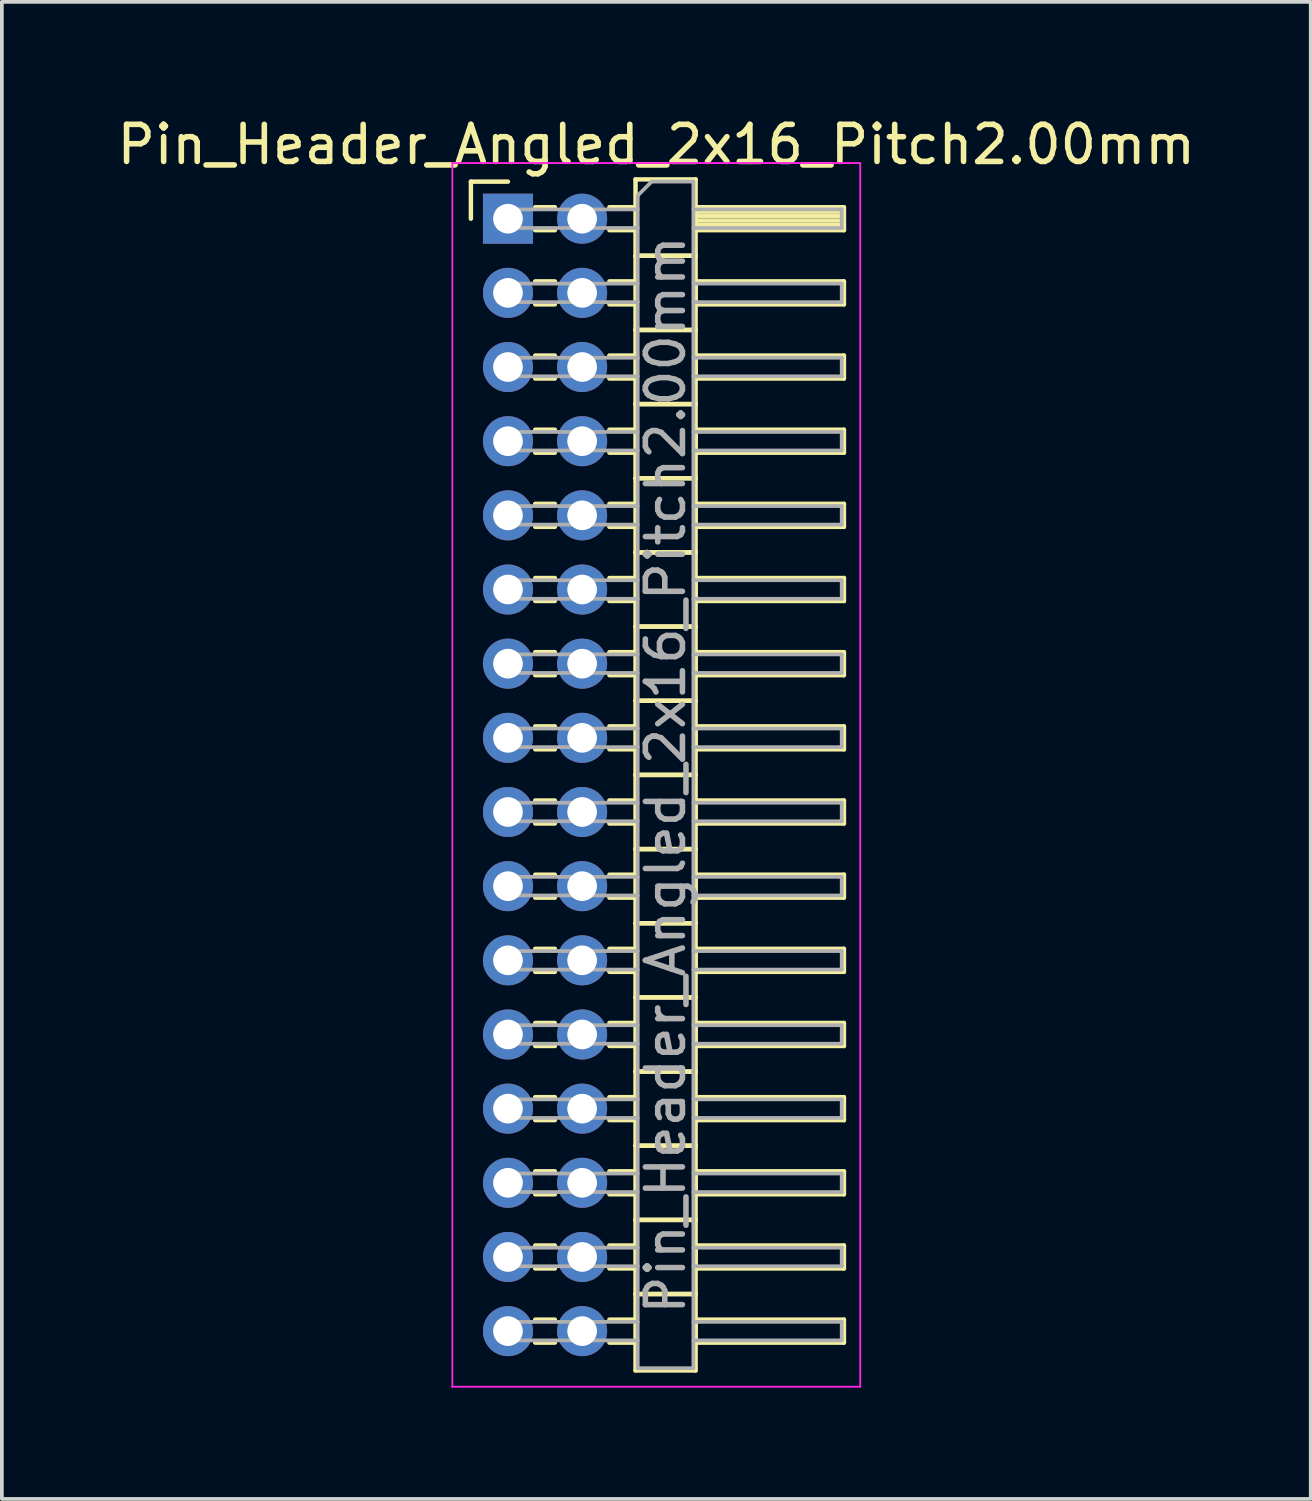
<source format=kicad_pcb>
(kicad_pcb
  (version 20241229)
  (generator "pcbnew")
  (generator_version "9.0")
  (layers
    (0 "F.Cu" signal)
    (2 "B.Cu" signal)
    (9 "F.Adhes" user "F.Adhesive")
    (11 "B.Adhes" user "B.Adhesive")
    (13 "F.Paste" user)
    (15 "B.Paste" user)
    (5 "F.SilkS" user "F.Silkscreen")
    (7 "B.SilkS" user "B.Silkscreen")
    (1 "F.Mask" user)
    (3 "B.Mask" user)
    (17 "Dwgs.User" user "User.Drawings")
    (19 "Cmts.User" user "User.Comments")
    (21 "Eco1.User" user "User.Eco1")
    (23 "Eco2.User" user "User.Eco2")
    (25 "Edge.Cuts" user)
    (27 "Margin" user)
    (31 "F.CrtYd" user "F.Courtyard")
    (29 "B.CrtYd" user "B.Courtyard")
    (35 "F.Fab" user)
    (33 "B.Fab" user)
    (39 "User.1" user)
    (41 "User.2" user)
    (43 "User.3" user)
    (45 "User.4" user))
  (footprint "Pin_Header_Angled_2x16_Pitch2.00mm"
    (layer "F.Cu")
    (at 10.649 2.848)
    (property "Reference" "Pin_Header_Angled_2x16_Pitch2.00mm" (at 4 -2 0) (layer "F.SilkS") (effects (font (size 1 1) (thickness 0.15))))
    (attr through_hole)
    (fp_line (start -1 -1) (end 0 -1) (stroke (width 0.12) (type solid)) (layer "F.SilkS"))
    (fp_line (start -1 0) (end -1 -1) (stroke (width 0.12) (type solid)) (layer "F.SilkS"))
    (fp_line (start 0.735 -0.31) (end 1.265 -0.31) (stroke (width 0.12) (type solid)) (layer "F.SilkS"))
    (fp_line (start 0.735 0.31) (end 1.265 0.31) (stroke (width 0.12) (type solid)) (layer "F.SilkS"))
    (fp_line (start 0.735 1.69) (end 1.265 1.69) (stroke (width 0.12) (type solid)) (layer "F.SilkS"))
    (fp_line (start 0.735 2.31) (end 1.265 2.31) (stroke (width 0.12) (type solid)) (layer "F.SilkS"))
    (fp_line (start 0.735 3.69) (end 1.265 3.69) (stroke (width 0.12) (type solid)) (layer "F.SilkS"))
    (fp_line (start 0.735 4.31) (end 1.265 4.31) (stroke (width 0.12) (type solid)) (layer "F.SilkS"))
    (fp_line (start 0.735 5.69) (end 1.265 5.69) (stroke (width 0.12) (type solid)) (layer "F.SilkS"))
    (fp_line (start 0.735 6.31) (end 1.265 6.31) (stroke (width 0.12) (type solid)) (layer "F.SilkS"))
    (fp_line (start 0.735 7.69) (end 1.265 7.69) (stroke (width 0.12) (type solid)) (layer "F.SilkS"))
    (fp_line (start 0.735 8.31) (end 1.265 8.31) (stroke (width 0.12) (type solid)) (layer "F.SilkS"))
    (fp_line (start 0.735 9.69) (end 1.265 9.69) (stroke (width 0.12) (type solid)) (layer "F.SilkS"))
    (fp_line (start 0.735 10.31) (end 1.265 10.31) (stroke (width 0.12) (type solid)) (layer "F.SilkS"))
    (fp_line (start 0.735 11.69) (end 1.265 11.69) (stroke (width 0.12) (type solid)) (layer "F.SilkS"))
    (fp_line (start 0.735 12.31) (end 1.265 12.31) (stroke (width 0.12) (type solid)) (layer "F.SilkS"))
    (fp_line (start 0.735 13.69) (end 1.265 13.69) (stroke (width 0.12) (type solid)) (layer "F.SilkS"))
    (fp_line (start 0.735 14.31) (end 1.265 14.31) (stroke (width 0.12) (type solid)) (layer "F.SilkS"))
    (fp_line (start 0.735 15.69) (end 1.265 15.69) (stroke (width 0.12) (type solid)) (layer "F.SilkS"))
    (fp_line (start 0.735 16.31) (end 1.265 16.31) (stroke (width 0.12) (type solid)) (layer "F.SilkS"))
    (fp_line (start 0.735 17.69) (end 1.265 17.69) (stroke (width 0.12) (type solid)) (layer "F.SilkS"))
    (fp_line (start 0.735 18.31) (end 1.265 18.31) (stroke (width 0.12) (type solid)) (layer "F.SilkS"))
    (fp_line (start 0.735 19.69) (end 1.265 19.69) (stroke (width 0.12) (type solid)) (layer "F.SilkS"))
    (fp_line (start 0.735 20.31) (end 1.265 20.31) (stroke (width 0.12) (type solid)) (layer "F.SilkS"))
    (fp_line (start 0.735 21.69) (end 1.265 21.69) (stroke (width 0.12) (type solid)) (layer "F.SilkS"))
    (fp_line (start 0.735 22.31) (end 1.265 22.31) (stroke (width 0.12) (type solid)) (layer "F.SilkS"))
    (fp_line (start 0.735 23.69) (end 1.265 23.69) (stroke (width 0.12) (type solid)) (layer "F.SilkS"))
    (fp_line (start 0.735 24.31) (end 1.265 24.31) (stroke (width 0.12) (type solid)) (layer "F.SilkS"))
    (fp_line (start 0.735 25.69) (end 1.265 25.69) (stroke (width 0.12) (type solid)) (layer "F.SilkS"))
    (fp_line (start 0.735 26.31) (end 1.265 26.31) (stroke (width 0.12) (type solid)) (layer "F.SilkS"))
    (fp_line (start 0.735 27.69) (end 1.265 27.69) (stroke (width 0.12) (type solid)) (layer "F.SilkS"))
    (fp_line (start 0.735 28.31) (end 1.265 28.31) (stroke (width 0.12) (type solid)) (layer "F.SilkS"))
    (fp_line (start 0.735 29.69) (end 1.265 29.69) (stroke (width 0.12) (type solid)) (layer "F.SilkS"))
    (fp_line (start 0.735 30.31) (end 1.265 30.31) (stroke (width 0.12) (type solid)) (layer "F.SilkS"))
    (fp_line (start 2.735 -0.31) (end 3.44 -0.31) (stroke (width 0.12) (type solid)) (layer "F.SilkS"))
    (fp_line (start 2.735 0.31) (end 3.44 0.31) (stroke (width 0.12) (type solid)) (layer "F.SilkS"))
    (fp_line (start 2.735 1.69) (end 3.44 1.69) (stroke (width 0.12) (type solid)) (layer "F.SilkS"))
    (fp_line (start 2.735 2.31) (end 3.44 2.31) (stroke (width 0.12) (type solid)) (layer "F.SilkS"))
    (fp_line (start 2.735 3.69) (end 3.44 3.69) (stroke (width 0.12) (type solid)) (layer "F.SilkS"))
    (fp_line (start 2.735 4.31) (end 3.44 4.31) (stroke (width 0.12) (type solid)) (layer "F.SilkS"))
    (fp_line (start 2.735 5.69) (end 3.44 5.69) (stroke (width 0.12) (type solid)) (layer "F.SilkS"))
    (fp_line (start 2.735 6.31) (end 3.44 6.31) (stroke (width 0.12) (type solid)) (layer "F.SilkS"))
    (fp_line (start 2.735 7.69) (end 3.44 7.69) (stroke (width 0.12) (type solid)) (layer "F.SilkS"))
    (fp_line (start 2.735 8.31) (end 3.44 8.31) (stroke (width 0.12) (type solid)) (layer "F.SilkS"))
    (fp_line (start 2.735 9.69) (end 3.44 9.69) (stroke (width 0.12) (type solid)) (layer "F.SilkS"))
    (fp_line (start 2.735 10.31) (end 3.44 10.31) (stroke (width 0.12) (type solid)) (layer "F.SilkS"))
    (fp_line (start 2.735 11.69) (end 3.44 11.69) (stroke (width 0.12) (type solid)) (layer "F.SilkS"))
    (fp_line (start 2.735 12.31) (end 3.44 12.31) (stroke (width 0.12) (type solid)) (layer "F.SilkS"))
    (fp_line (start 2.735 13.69) (end 3.44 13.69) (stroke (width 0.12) (type solid)) (layer "F.SilkS"))
    (fp_line (start 2.735 14.31) (end 3.44 14.31) (stroke (width 0.12) (type solid)) (layer "F.SilkS"))
    (fp_line (start 2.735 15.69) (end 3.44 15.69) (stroke (width 0.12) (type solid)) (layer "F.SilkS"))
    (fp_line (start 2.735 16.31) (end 3.44 16.31) (stroke (width 0.12) (type solid)) (layer "F.SilkS"))
    (fp_line (start 2.735 17.69) (end 3.44 17.69) (stroke (width 0.12) (type solid)) (layer "F.SilkS"))
    (fp_line (start 2.735 18.31) (end 3.44 18.31) (stroke (width 0.12) (type solid)) (layer "F.SilkS"))
    (fp_line (start 2.735 19.69) (end 3.44 19.69) (stroke (width 0.12) (type solid)) (layer "F.SilkS"))
    (fp_line (start 2.735 20.31) (end 3.44 20.31) (stroke (width 0.12) (type solid)) (layer "F.SilkS"))
    (fp_line (start 2.735 21.69) (end 3.44 21.69) (stroke (width 0.12) (type solid)) (layer "F.SilkS"))
    (fp_line (start 2.735 22.31) (end 3.44 22.31) (stroke (width 0.12) (type solid)) (layer "F.SilkS"))
    (fp_line (start 2.735 23.69) (end 3.44 23.69) (stroke (width 0.12) (type solid)) (layer "F.SilkS"))
    (fp_line (start 2.735 24.31) (end 3.44 24.31) (stroke (width 0.12) (type solid)) (layer "F.SilkS"))
    (fp_line (start 2.735 25.69) (end 3.44 25.69) (stroke (width 0.12) (type solid)) (layer "F.SilkS"))
    (fp_line (start 2.735 26.31) (end 3.44 26.31) (stroke (width 0.12) (type solid)) (layer "F.SilkS"))
    (fp_line (start 2.735 27.69) (end 3.44 27.69) (stroke (width 0.12) (type solid)) (layer "F.SilkS"))
    (fp_line (start 2.735 28.31) (end 3.44 28.31) (stroke (width 0.12) (type solid)) (layer "F.SilkS"))
    (fp_line (start 2.735 29.69) (end 3.44 29.69) (stroke (width 0.12) (type solid)) (layer "F.SilkS"))
    (fp_line (start 2.735 30.31) (end 3.44 30.31) (stroke (width 0.12) (type solid)) (layer "F.SilkS"))
    (fp_line (start 3.44 -1.06) (end 3.44 1) (stroke (width 0.12) (type solid)) (layer "F.SilkS"))
    (fp_line (start 3.44 1) (end 3.44 3) (stroke (width 0.12) (type solid)) (layer "F.SilkS"))
    (fp_line (start 3.44 1) (end 5.06 1) (stroke (width 0.12) (type solid)) (layer "F.SilkS"))
    (fp_line (start 3.44 3) (end 3.44 5) (stroke (width 0.12) (type solid)) (layer "F.SilkS"))
    (fp_line (start 3.44 3) (end 5.06 3) (stroke (width 0.12) (type solid)) (layer "F.SilkS"))
    (fp_line (start 3.44 5) (end 3.44 7) (stroke (width 0.12) (type solid)) (layer "F.SilkS"))
    (fp_line (start 3.44 5) (end 5.06 5) (stroke (width 0.12) (type solid)) (layer "F.SilkS"))
    (fp_line (start 3.44 7) (end 3.44 9) (stroke (width 0.12) (type solid)) (layer "F.SilkS"))
    (fp_line (start 3.44 7) (end 5.06 7) (stroke (width 0.12) (type solid)) (layer "F.SilkS"))
    (fp_line (start 3.44 9) (end 3.44 11) (stroke (width 0.12) (type solid)) (layer "F.SilkS"))
    (fp_line (start 3.44 9) (end 5.06 9) (stroke (width 0.12) (type solid)) (layer "F.SilkS"))
    (fp_line (start 3.44 11) (end 3.44 13) (stroke (width 0.12) (type solid)) (layer "F.SilkS"))
    (fp_line (start 3.44 11) (end 5.06 11) (stroke (width 0.12) (type solid)) (layer "F.SilkS"))
    (fp_line (start 3.44 13) (end 3.44 15) (stroke (width 0.12) (type solid)) (layer "F.SilkS"))
    (fp_line (start 3.44 13) (end 5.06 13) (stroke (width 0.12) (type solid)) (layer "F.SilkS"))
    (fp_line (start 3.44 15) (end 3.44 17) (stroke (width 0.12) (type solid)) (layer "F.SilkS"))
    (fp_line (start 3.44 15) (end 5.06 15) (stroke (width 0.12) (type solid)) (layer "F.SilkS"))
    (fp_line (start 3.44 17) (end 3.44 19) (stroke (width 0.12) (type solid)) (layer "F.SilkS"))
    (fp_line (start 3.44 17) (end 5.06 17) (stroke (width 0.12) (type solid)) (layer "F.SilkS"))
    (fp_line (start 3.44 19) (end 3.44 21) (stroke (width 0.12) (type solid)) (layer "F.SilkS"))
    (fp_line (start 3.44 19) (end 5.06 19) (stroke (width 0.12) (type solid)) (layer "F.SilkS"))
    (fp_line (start 3.44 21) (end 3.44 23) (stroke (width 0.12) (type solid)) (layer "F.SilkS"))
    (fp_line (start 3.44 21) (end 5.06 21) (stroke (width 0.12) (type solid)) (layer "F.SilkS"))
    (fp_line (start 3.44 23) (end 3.44 25) (stroke (width 0.12) (type solid)) (layer "F.SilkS"))
    (fp_line (start 3.44 23) (end 5.06 23) (stroke (width 0.12) (type solid)) (layer "F.SilkS"))
    (fp_line (start 3.44 25) (end 3.44 27) (stroke (width 0.12) (type solid)) (layer "F.SilkS"))
    (fp_line (start 3.44 25) (end 5.06 25) (stroke (width 0.12) (type solid)) (layer "F.SilkS"))
    (fp_line (start 3.44 27) (end 3.44 29) (stroke (width 0.12) (type solid)) (layer "F.SilkS"))
    (fp_line (start 3.44 27) (end 5.06 27) (stroke (width 0.12) (type solid)) (layer "F.SilkS"))
    (fp_line (start 3.44 29) (end 3.44 31.06) (stroke (width 0.12) (type solid)) (layer "F.SilkS"))
    (fp_line (start 3.44 29) (end 5.06 29) (stroke (width 0.12) (type solid)) (layer "F.SilkS"))
    (fp_line (start 3.44 31.06) (end 5.06 31.06) (stroke (width 0.12) (type solid)) (layer "F.SilkS"))
    (fp_line (start 5.06 -1.06) (end 3.44 -1.06) (stroke (width 0.12) (type solid)) (layer "F.SilkS"))
    (fp_line (start 5.06 -0.31) (end 5.06 0.31) (stroke (width 0.12) (type solid)) (layer "F.SilkS"))
    (fp_line (start 5.06 -0.19) (end 9.06 -0.19) (stroke (width 0.12) (type solid)) (layer "F.SilkS"))
    (fp_line (start 5.06 -0.07) (end 9.06 -0.07) (stroke (width 0.12) (type solid)) (layer "F.SilkS"))
    (fp_line (start 5.06 0.05) (end 9.06 0.05) (stroke (width 0.12) (type solid)) (layer "F.SilkS"))
    (fp_line (start 5.06 0.17) (end 9.06 0.17) (stroke (width 0.12) (type solid)) (layer "F.SilkS"))
    (fp_line (start 5.06 0.29) (end 9.06 0.29) (stroke (width 0.12) (type solid)) (layer "F.SilkS"))
    (fp_line (start 5.06 0.31) (end 9.06 0.31) (stroke (width 0.12) (type solid)) (layer "F.SilkS"))
    (fp_line (start 5.06 1) (end 3.44 1) (stroke (width 0.12) (type solid)) (layer "F.SilkS"))
    (fp_line (start 5.06 1) (end 5.06 -1.06) (stroke (width 0.12) (type solid)) (layer "F.SilkS"))
    (fp_line (start 5.06 1.69) (end 5.06 2.31) (stroke (width 0.12) (type solid)) (layer "F.SilkS"))
    (fp_line (start 5.06 2.31) (end 9.06 2.31) (stroke (width 0.12) (type solid)) (layer "F.SilkS"))
    (fp_line (start 5.06 3) (end 3.44 3) (stroke (width 0.12) (type solid)) (layer "F.SilkS"))
    (fp_line (start 5.06 3) (end 5.06 1) (stroke (width 0.12) (type solid)) (layer "F.SilkS"))
    (fp_line (start 5.06 3.69) (end 5.06 4.31) (stroke (width 0.12) (type solid)) (layer "F.SilkS"))
    (fp_line (start 5.06 4.31) (end 9.06 4.31) (stroke (width 0.12) (type solid)) (layer "F.SilkS"))
    (fp_line (start 5.06 5) (end 3.44 5) (stroke (width 0.12) (type solid)) (layer "F.SilkS"))
    (fp_line (start 5.06 5) (end 5.06 3) (stroke (width 0.12) (type solid)) (layer "F.SilkS"))
    (fp_line (start 5.06 5.69) (end 5.06 6.31) (stroke (width 0.12) (type solid)) (layer "F.SilkS"))
    (fp_line (start 5.06 6.31) (end 9.06 6.31) (stroke (width 0.12) (type solid)) (layer "F.SilkS"))
    (fp_line (start 5.06 7) (end 3.44 7) (stroke (width 0.12) (type solid)) (layer "F.SilkS"))
    (fp_line (start 5.06 7) (end 5.06 5) (stroke (width 0.12) (type solid)) (layer "F.SilkS"))
    (fp_line (start 5.06 7.69) (end 5.06 8.31) (stroke (width 0.12) (type solid)) (layer "F.SilkS"))
    (fp_line (start 5.06 8.31) (end 9.06 8.31) (stroke (width 0.12) (type solid)) (layer "F.SilkS"))
    (fp_line (start 5.06 9) (end 3.44 9) (stroke (width 0.12) (type solid)) (layer "F.SilkS"))
    (fp_line (start 5.06 9) (end 5.06 7) (stroke (width 0.12) (type solid)) (layer "F.SilkS"))
    (fp_line (start 5.06 9.69) (end 5.06 10.31) (stroke (width 0.12) (type solid)) (layer "F.SilkS"))
    (fp_line (start 5.06 10.31) (end 9.06 10.31) (stroke (width 0.12) (type solid)) (layer "F.SilkS"))
    (fp_line (start 5.06 11) (end 3.44 11) (stroke (width 0.12) (type solid)) (layer "F.SilkS"))
    (fp_line (start 5.06 11) (end 5.06 9) (stroke (width 0.12) (type solid)) (layer "F.SilkS"))
    (fp_line (start 5.06 11.69) (end 5.06 12.31) (stroke (width 0.12) (type solid)) (layer "F.SilkS"))
    (fp_line (start 5.06 12.31) (end 9.06 12.31) (stroke (width 0.12) (type solid)) (layer "F.SilkS"))
    (fp_line (start 5.06 13) (end 3.44 13) (stroke (width 0.12) (type solid)) (layer "F.SilkS"))
    (fp_line (start 5.06 13) (end 5.06 11) (stroke (width 0.12) (type solid)) (layer "F.SilkS"))
    (fp_line (start 5.06 13.69) (end 5.06 14.31) (stroke (width 0.12) (type solid)) (layer "F.SilkS"))
    (fp_line (start 5.06 14.31) (end 9.06 14.31) (stroke (width 0.12) (type solid)) (layer "F.SilkS"))
    (fp_line (start 5.06 15) (end 3.44 15) (stroke (width 0.12) (type solid)) (layer "F.SilkS"))
    (fp_line (start 5.06 15) (end 5.06 13) (stroke (width 0.12) (type solid)) (layer "F.SilkS"))
    (fp_line (start 5.06 15.69) (end 5.06 16.31) (stroke (width 0.12) (type solid)) (layer "F.SilkS"))
    (fp_line (start 5.06 16.31) (end 9.06 16.31) (stroke (width 0.12) (type solid)) (layer "F.SilkS"))
    (fp_line (start 5.06 17) (end 3.44 17) (stroke (width 0.12) (type solid)) (layer "F.SilkS"))
    (fp_line (start 5.06 17) (end 5.06 15) (stroke (width 0.12) (type solid)) (layer "F.SilkS"))
    (fp_line (start 5.06 17.69) (end 5.06 18.31) (stroke (width 0.12) (type solid)) (layer "F.SilkS"))
    (fp_line (start 5.06 18.31) (end 9.06 18.31) (stroke (width 0.12) (type solid)) (layer "F.SilkS"))
    (fp_line (start 5.06 19) (end 3.44 19) (stroke (width 0.12) (type solid)) (layer "F.SilkS"))
    (fp_line (start 5.06 19) (end 5.06 17) (stroke (width 0.12) (type solid)) (layer "F.SilkS"))
    (fp_line (start 5.06 19.69) (end 5.06 20.31) (stroke (width 0.12) (type solid)) (layer "F.SilkS"))
    (fp_line (start 5.06 20.31) (end 9.06 20.31) (stroke (width 0.12) (type solid)) (layer "F.SilkS"))
    (fp_line (start 5.06 21) (end 3.44 21) (stroke (width 0.12) (type solid)) (layer "F.SilkS"))
    (fp_line (start 5.06 21) (end 5.06 19) (stroke (width 0.12) (type solid)) (layer "F.SilkS"))
    (fp_line (start 5.06 21.69) (end 5.06 22.31) (stroke (width 0.12) (type solid)) (layer "F.SilkS"))
    (fp_line (start 5.06 22.31) (end 9.06 22.31) (stroke (width 0.12) (type solid)) (layer "F.SilkS"))
    (fp_line (start 5.06 23) (end 3.44 23) (stroke (width 0.12) (type solid)) (layer "F.SilkS"))
    (fp_line (start 5.06 23) (end 5.06 21) (stroke (width 0.12) (type solid)) (layer "F.SilkS"))
    (fp_line (start 5.06 23.69) (end 5.06 24.31) (stroke (width 0.12) (type solid)) (layer "F.SilkS"))
    (fp_line (start 5.06 24.31) (end 9.06 24.31) (stroke (width 0.12) (type solid)) (layer "F.SilkS"))
    (fp_line (start 5.06 25) (end 3.44 25) (stroke (width 0.12) (type solid)) (layer "F.SilkS"))
    (fp_line (start 5.06 25) (end 5.06 23) (stroke (width 0.12) (type solid)) (layer "F.SilkS"))
    (fp_line (start 5.06 25.69) (end 5.06 26.31) (stroke (width 0.12) (type solid)) (layer "F.SilkS"))
    (fp_line (start 5.06 26.31) (end 9.06 26.31) (stroke (width 0.12) (type solid)) (layer "F.SilkS"))
    (fp_line (start 5.06 27) (end 3.44 27) (stroke (width 0.12) (type solid)) (layer "F.SilkS"))
    (fp_line (start 5.06 27) (end 5.06 25) (stroke (width 0.12) (type solid)) (layer "F.SilkS"))
    (fp_line (start 5.06 27.69) (end 5.06 28.31) (stroke (width 0.12) (type solid)) (layer "F.SilkS"))
    (fp_line (start 5.06 28.31) (end 9.06 28.31) (stroke (width 0.12) (type solid)) (layer "F.SilkS"))
    (fp_line (start 5.06 29) (end 3.44 29) (stroke (width 0.12) (type solid)) (layer "F.SilkS"))
    (fp_line (start 5.06 29) (end 5.06 27) (stroke (width 0.12) (type solid)) (layer "F.SilkS"))
    (fp_line (start 5.06 29.69) (end 5.06 30.31) (stroke (width 0.12) (type solid)) (layer "F.SilkS"))
    (fp_line (start 5.06 30.31) (end 9.06 30.31) (stroke (width 0.12) (type solid)) (layer "F.SilkS"))
    (fp_line (start 5.06 31.06) (end 5.06 29) (stroke (width 0.12) (type solid)) (layer "F.SilkS"))
    (fp_line (start 9.06 -0.31) (end 5.06 -0.31) (stroke (width 0.12) (type solid)) (layer "F.SilkS"))
    (fp_line (start 9.06 0.31) (end 9.06 -0.31) (stroke (width 0.12) (type solid)) (layer "F.SilkS"))
    (fp_line (start 9.06 1.69) (end 5.06 1.69) (stroke (width 0.12) (type solid)) (layer "F.SilkS"))
    (fp_line (start 9.06 2.31) (end 9.06 1.69) (stroke (width 0.12) (type solid)) (layer "F.SilkS"))
    (fp_line (start 9.06 3.69) (end 5.06 3.69) (stroke (width 0.12) (type solid)) (layer "F.SilkS"))
    (fp_line (start 9.06 4.31) (end 9.06 3.69) (stroke (width 0.12) (type solid)) (layer "F.SilkS"))
    (fp_line (start 9.06 5.69) (end 5.06 5.69) (stroke (width 0.12) (type solid)) (layer "F.SilkS"))
    (fp_line (start 9.06 6.31) (end 9.06 5.69) (stroke (width 0.12) (type solid)) (layer "F.SilkS"))
    (fp_line (start 9.06 7.69) (end 5.06 7.69) (stroke (width 0.12) (type solid)) (layer "F.SilkS"))
    (fp_line (start 9.06 8.31) (end 9.06 7.69) (stroke (width 0.12) (type solid)) (layer "F.SilkS"))
    (fp_line (start 9.06 9.69) (end 5.06 9.69) (stroke (width 0.12) (type solid)) (layer "F.SilkS"))
    (fp_line (start 9.06 10.31) (end 9.06 9.69) (stroke (width 0.12) (type solid)) (layer "F.SilkS"))
    (fp_line (start 9.06 11.69) (end 5.06 11.69) (stroke (width 0.12) (type solid)) (layer "F.SilkS"))
    (fp_line (start 9.06 12.31) (end 9.06 11.69) (stroke (width 0.12) (type solid)) (layer "F.SilkS"))
    (fp_line (start 9.06 13.69) (end 5.06 13.69) (stroke (width 0.12) (type solid)) (layer "F.SilkS"))
    (fp_line (start 9.06 14.31) (end 9.06 13.69) (stroke (width 0.12) (type solid)) (layer "F.SilkS"))
    (fp_line (start 9.06 15.69) (end 5.06 15.69) (stroke (width 0.12) (type solid)) (layer "F.SilkS"))
    (fp_line (start 9.06 16.31) (end 9.06 15.69) (stroke (width 0.12) (type solid)) (layer "F.SilkS"))
    (fp_line (start 9.06 17.69) (end 5.06 17.69) (stroke (width 0.12) (type solid)) (layer "F.SilkS"))
    (fp_line (start 9.06 18.31) (end 9.06 17.69) (stroke (width 0.12) (type solid)) (layer "F.SilkS"))
    (fp_line (start 9.06 19.69) (end 5.06 19.69) (stroke (width 0.12) (type solid)) (layer "F.SilkS"))
    (fp_line (start 9.06 20.31) (end 9.06 19.69) (stroke (width 0.12) (type solid)) (layer "F.SilkS"))
    (fp_line (start 9.06 21.69) (end 5.06 21.69) (stroke (width 0.12) (type solid)) (layer "F.SilkS"))
    (fp_line (start 9.06 22.31) (end 9.06 21.69) (stroke (width 0.12) (type solid)) (layer "F.SilkS"))
    (fp_line (start 9.06 23.69) (end 5.06 23.69) (stroke (width 0.12) (type solid)) (layer "F.SilkS"))
    (fp_line (start 9.06 24.31) (end 9.06 23.69) (stroke (width 0.12) (type solid)) (layer "F.SilkS"))
    (fp_line (start 9.06 25.69) (end 5.06 25.69) (stroke (width 0.12) (type solid)) (layer "F.SilkS"))
    (fp_line (start 9.06 26.31) (end 9.06 25.69) (stroke (width 0.12) (type solid)) (layer "F.SilkS"))
    (fp_line (start 9.06 27.69) (end 5.06 27.69) (stroke (width 0.12) (type solid)) (layer "F.SilkS"))
    (fp_line (start 9.06 28.31) (end 9.06 27.69) (stroke (width 0.12) (type solid)) (layer "F.SilkS"))
    (fp_line (start 9.06 29.69) (end 5.06 29.69) (stroke (width 0.12) (type solid)) (layer "F.SilkS"))
    (fp_line (start 9.06 30.31) (end 9.06 29.69) (stroke (width 0.12) (type solid)) (layer "F.SilkS"))
    (fp_line (start -1.5 -1.5) (end -1.5 31.5) (stroke (width 0.05) (type solid)) (layer "F.CrtYd"))
    (fp_line (start -1.5 31.5) (end 9.5 31.5) (stroke (width 0.05) (type solid)) (layer "F.CrtYd"))
    (fp_line (start 9.5 -1.5) (end -1.5 -1.5) (stroke (width 0.05) (type solid)) (layer "F.CrtYd"))
    (fp_line (start 9.5 31.5) (end 9.5 -1.5) (stroke (width 0.05) (type solid)) (layer "F.CrtYd"))
    (fp_line (start -0.25 -0.25) (end -0.25 0.25) (stroke (width 0.1) (type solid)) (layer "F.Fab"))
    (fp_line (start -0.25 -0.25) (end 3.5 -0.25) (stroke (width 0.1) (type solid)) (layer "F.Fab"))
    (fp_line (start -0.25 0.25) (end 3.5 0.25) (stroke (width 0.1) (type solid)) (layer "F.Fab"))
    (fp_line (start -0.25 1.75) (end -0.25 2.25) (stroke (width 0.1) (type solid)) (layer "F.Fab"))
    (fp_line (start -0.25 1.75) (end 3.5 1.75) (stroke (width 0.1) (type solid)) (layer "F.Fab"))
    (fp_line (start -0.25 2.25) (end 3.5 2.25) (stroke (width 0.1) (type solid)) (layer "F.Fab"))
    (fp_line (start -0.25 3.75) (end -0.25 4.25) (stroke (width 0.1) (type solid)) (layer "F.Fab"))
    (fp_line (start -0.25 3.75) (end 3.5 3.75) (stroke (width 0.1) (type solid)) (layer "F.Fab"))
    (fp_line (start -0.25 4.25) (end 3.5 4.25) (stroke (width 0.1) (type solid)) (layer "F.Fab"))
    (fp_line (start -0.25 5.75) (end -0.25 6.25) (stroke (width 0.1) (type solid)) (layer "F.Fab"))
    (fp_line (start -0.25 5.75) (end 3.5 5.75) (stroke (width 0.1) (type solid)) (layer "F.Fab"))
    (fp_line (start -0.25 6.25) (end 3.5 6.25) (stroke (width 0.1) (type solid)) (layer "F.Fab"))
    (fp_line (start -0.25 7.75) (end -0.25 8.25) (stroke (width 0.1) (type solid)) (layer "F.Fab"))
    (fp_line (start -0.25 7.75) (end 3.5 7.75) (stroke (width 0.1) (type solid)) (layer "F.Fab"))
    (fp_line (start -0.25 8.25) (end 3.5 8.25) (stroke (width 0.1) (type solid)) (layer "F.Fab"))
    (fp_line (start -0.25 9.75) (end -0.25 10.25) (stroke (width 0.1) (type solid)) (layer "F.Fab"))
    (fp_line (start -0.25 9.75) (end 3.5 9.75) (stroke (width 0.1) (type solid)) (layer "F.Fab"))
    (fp_line (start -0.25 10.25) (end 3.5 10.25) (stroke (width 0.1) (type solid)) (layer "F.Fab"))
    (fp_line (start -0.25 11.75) (end -0.25 12.25) (stroke (width 0.1) (type solid)) (layer "F.Fab"))
    (fp_line (start -0.25 11.75) (end 3.5 11.75) (stroke (width 0.1) (type solid)) (layer "F.Fab"))
    (fp_line (start -0.25 12.25) (end 3.5 12.25) (stroke (width 0.1) (type solid)) (layer "F.Fab"))
    (fp_line (start -0.25 13.75) (end -0.25 14.25) (stroke (width 0.1) (type solid)) (layer "F.Fab"))
    (fp_line (start -0.25 13.75) (end 3.5 13.75) (stroke (width 0.1) (type solid)) (layer "F.Fab"))
    (fp_line (start -0.25 14.25) (end 3.5 14.25) (stroke (width 0.1) (type solid)) (layer "F.Fab"))
    (fp_line (start -0.25 15.75) (end -0.25 16.25) (stroke (width 0.1) (type solid)) (layer "F.Fab"))
    (fp_line (start -0.25 15.75) (end 3.5 15.75) (stroke (width 0.1) (type solid)) (layer "F.Fab"))
    (fp_line (start -0.25 16.25) (end 3.5 16.25) (stroke (width 0.1) (type solid)) (layer "F.Fab"))
    (fp_line (start -0.25 17.75) (end -0.25 18.25) (stroke (width 0.1) (type solid)) (layer "F.Fab"))
    (fp_line (start -0.25 17.75) (end 3.5 17.75) (stroke (width 0.1) (type solid)) (layer "F.Fab"))
    (fp_line (start -0.25 18.25) (end 3.5 18.25) (stroke (width 0.1) (type solid)) (layer "F.Fab"))
    (fp_line (start -0.25 19.75) (end -0.25 20.25) (stroke (width 0.1) (type solid)) (layer "F.Fab"))
    (fp_line (start -0.25 19.75) (end 3.5 19.75) (stroke (width 0.1) (type solid)) (layer "F.Fab"))
    (fp_line (start -0.25 20.25) (end 3.5 20.25) (stroke (width 0.1) (type solid)) (layer "F.Fab"))
    (fp_line (start -0.25 21.75) (end -0.25 22.25) (stroke (width 0.1) (type solid)) (layer "F.Fab"))
    (fp_line (start -0.25 21.75) (end 3.5 21.75) (stroke (width 0.1) (type solid)) (layer "F.Fab"))
    (fp_line (start -0.25 22.25) (end 3.5 22.25) (stroke (width 0.1) (type solid)) (layer "F.Fab"))
    (fp_line (start -0.25 23.75) (end -0.25 24.25) (stroke (width 0.1) (type solid)) (layer "F.Fab"))
    (fp_line (start -0.25 23.75) (end 3.5 23.75) (stroke (width 0.1) (type solid)) (layer "F.Fab"))
    (fp_line (start -0.25 24.25) (end 3.5 24.25) (stroke (width 0.1) (type solid)) (layer "F.Fab"))
    (fp_line (start -0.25 25.75) (end -0.25 26.25) (stroke (width 0.1) (type solid)) (layer "F.Fab"))
    (fp_line (start -0.25 25.75) (end 3.5 25.75) (stroke (width 0.1) (type solid)) (layer "F.Fab"))
    (fp_line (start -0.25 26.25) (end 3.5 26.25) (stroke (width 0.1) (type solid)) (layer "F.Fab"))
    (fp_line (start -0.25 27.75) (end -0.25 28.25) (stroke (width 0.1) (type solid)) (layer "F.Fab"))
    (fp_line (start -0.25 27.75) (end 3.5 27.75) (stroke (width 0.1) (type solid)) (layer "F.Fab"))
    (fp_line (start -0.25 28.25) (end 3.5 28.25) (stroke (width 0.1) (type solid)) (layer "F.Fab"))
    (fp_line (start -0.25 29.75) (end -0.25 30.25) (stroke (width 0.1) (type solid)) (layer "F.Fab"))
    (fp_line (start -0.25 29.75) (end 3.5 29.75) (stroke (width 0.1) (type solid)) (layer "F.Fab"))
    (fp_line (start -0.25 30.25) (end 3.5 30.25) (stroke (width 0.1) (type solid)) (layer "F.Fab"))
    (fp_line (start 3.5 -0.625) (end 3.875 -1) (stroke (width 0.1) (type solid)) (layer "F.Fab"))
    (fp_line (start 3.5 31) (end 3.5 -0.625) (stroke (width 0.1) (type solid)) (layer "F.Fab"))
    (fp_line (start 3.875 -1) (end 5 -1) (stroke (width 0.1) (type solid)) (layer "F.Fab"))
    (fp_line (start 5 -1) (end 5 31) (stroke (width 0.1) (type solid)) (layer "F.Fab"))
    (fp_line (start 5 -0.25) (end 9 -0.25) (stroke (width 0.1) (type solid)) (layer "F.Fab"))
    (fp_line (start 5 0.25) (end 9 0.25) (stroke (width 0.1) (type solid)) (layer "F.Fab"))
    (fp_line (start 5 1.75) (end 9 1.75) (stroke (width 0.1) (type solid)) (layer "F.Fab"))
    (fp_line (start 5 2.25) (end 9 2.25) (stroke (width 0.1) (type solid)) (layer "F.Fab"))
    (fp_line (start 5 3.75) (end 9 3.75) (stroke (width 0.1) (type solid)) (layer "F.Fab"))
    (fp_line (start 5 4.25) (end 9 4.25) (stroke (width 0.1) (type solid)) (layer "F.Fab"))
    (fp_line (start 5 5.75) (end 9 5.75) (stroke (width 0.1) (type solid)) (layer "F.Fab"))
    (fp_line (start 5 6.25) (end 9 6.25) (stroke (width 0.1) (type solid)) (layer "F.Fab"))
    (fp_line (start 5 7.75) (end 9 7.75) (stroke (width 0.1) (type solid)) (layer "F.Fab"))
    (fp_line (start 5 8.25) (end 9 8.25) (stroke (width 0.1) (type solid)) (layer "F.Fab"))
    (fp_line (start 5 9.75) (end 9 9.75) (stroke (width 0.1) (type solid)) (layer "F.Fab"))
    (fp_line (start 5 10.25) (end 9 10.25) (stroke (width 0.1) (type solid)) (layer "F.Fab"))
    (fp_line (start 5 11.75) (end 9 11.75) (stroke (width 0.1) (type solid)) (layer "F.Fab"))
    (fp_line (start 5 12.25) (end 9 12.25) (stroke (width 0.1) (type solid)) (layer "F.Fab"))
    (fp_line (start 5 13.75) (end 9 13.75) (stroke (width 0.1) (type solid)) (layer "F.Fab"))
    (fp_line (start 5 14.25) (end 9 14.25) (stroke (width 0.1) (type solid)) (layer "F.Fab"))
    (fp_line (start 5 15.75) (end 9 15.75) (stroke (width 0.1) (type solid)) (layer "F.Fab"))
    (fp_line (start 5 16.25) (end 9 16.25) (stroke (width 0.1) (type solid)) (layer "F.Fab"))
    (fp_line (start 5 17.75) (end 9 17.75) (stroke (width 0.1) (type solid)) (layer "F.Fab"))
    (fp_line (start 5 18.25) (end 9 18.25) (stroke (width 0.1) (type solid)) (layer "F.Fab"))
    (fp_line (start 5 19.75) (end 9 19.75) (stroke (width 0.1) (type solid)) (layer "F.Fab"))
    (fp_line (start 5 20.25) (end 9 20.25) (stroke (width 0.1) (type solid)) (layer "F.Fab"))
    (fp_line (start 5 21.75) (end 9 21.75) (stroke (width 0.1) (type solid)) (layer "F.Fab"))
    (fp_line (start 5 22.25) (end 9 22.25) (stroke (width 0.1) (type solid)) (layer "F.Fab"))
    (fp_line (start 5 23.75) (end 9 23.75) (stroke (width 0.1) (type solid)) (layer "F.Fab"))
    (fp_line (start 5 24.25) (end 9 24.25) (stroke (width 0.1) (type solid)) (layer "F.Fab"))
    (fp_line (start 5 25.75) (end 9 25.75) (stroke (width 0.1) (type solid)) (layer "F.Fab"))
    (fp_line (start 5 26.25) (end 9 26.25) (stroke (width 0.1) (type solid)) (layer "F.Fab"))
    (fp_line (start 5 27.75) (end 9 27.75) (stroke (width 0.1) (type solid)) (layer "F.Fab"))
    (fp_line (start 5 28.25) (end 9 28.25) (stroke (width 0.1) (type solid)) (layer "F.Fab"))
    (fp_line (start 5 29.75) (end 9 29.75) (stroke (width 0.1) (type solid)) (layer "F.Fab"))
    (fp_line (start 5 30.25) (end 9 30.25) (stroke (width 0.1) (type solid)) (layer "F.Fab"))
    (fp_line (start 5 31) (end 3.5 31) (stroke (width 0.1) (type solid)) (layer "F.Fab"))
    (fp_line (start 9 -0.25) (end 9 0.25) (stroke (width 0.1) (type solid)) (layer "F.Fab"))
    (fp_line (start 9 1.75) (end 9 2.25) (stroke (width 0.1) (type solid)) (layer "F.Fab"))
    (fp_line (start 9 3.75) (end 9 4.25) (stroke (width 0.1) (type solid)) (layer "F.Fab"))
    (fp_line (start 9 5.75) (end 9 6.25) (stroke (width 0.1) (type solid)) (layer "F.Fab"))
    (fp_line (start 9 7.75) (end 9 8.25) (stroke (width 0.1) (type solid)) (layer "F.Fab"))
    (fp_line (start 9 9.75) (end 9 10.25) (stroke (width 0.1) (type solid)) (layer "F.Fab"))
    (fp_line (start 9 11.75) (end 9 12.25) (stroke (width 0.1) (type solid)) (layer "F.Fab"))
    (fp_line (start 9 13.75) (end 9 14.25) (stroke (width 0.1) (type solid)) (layer "F.Fab"))
    (fp_line (start 9 15.75) (end 9 16.25) (stroke (width 0.1) (type solid)) (layer "F.Fab"))
    (fp_line (start 9 17.75) (end 9 18.25) (stroke (width 0.1) (type solid)) (layer "F.Fab"))
    (fp_line (start 9 19.75) (end 9 20.25) (stroke (width 0.1) (type solid)) (layer "F.Fab"))
    (fp_line (start 9 21.75) (end 9 22.25) (stroke (width 0.1) (type solid)) (layer "F.Fab"))
    (fp_line (start 9 23.75) (end 9 24.25) (stroke (width 0.1) (type solid)) (layer "F.Fab"))
    (fp_line (start 9 25.75) (end 9 26.25) (stroke (width 0.1) (type solid)) (layer "F.Fab"))
    (fp_line (start 9 27.75) (end 9 28.25) (stroke (width 0.1) (type solid)) (layer "F.Fab"))
    (fp_line (start 9 29.75) (end 9 30.25) (stroke (width 0.1) (type solid)) (layer "F.Fab"))
    (fp_text user "${REFERENCE}" (at 4.25 15 90) (layer "F.Fab") (effects (font (size 1 1) (thickness 0.15))))
    (pad "1" thru_hole rect (at 0 0) (size 1.35 1.35) (drill 0.8) (layers "*.Cu" "*.Mask"))
    (pad "2" thru_hole oval (at 2 0) (size 1.35 1.35) (drill 0.8) (layers "*.Cu" "*.Mask"))
    (pad "3" thru_hole oval (at 0 2) (size 1.35 1.35) (drill 0.8) (layers "*.Cu" "*.Mask"))
    (pad "4" thru_hole oval (at 2 2) (size 1.35 1.35) (drill 0.8) (layers "*.Cu" "*.Mask"))
    (pad "5" thru_hole oval (at 0 4) (size 1.35 1.35) (drill 0.8) (layers "*.Cu" "*.Mask"))
    (pad "6" thru_hole oval (at 2 4) (size 1.35 1.35) (drill 0.8) (layers "*.Cu" "*.Mask"))
    (pad "7" thru_hole oval (at 0 6) (size 1.35 1.35) (drill 0.8) (layers "*.Cu" "*.Mask"))
    (pad "8" thru_hole oval (at 2 6) (size 1.35 1.35) (drill 0.8) (layers "*.Cu" "*.Mask"))
    (pad "9" thru_hole oval (at 0 8) (size 1.35 1.35) (drill 0.8) (layers "*.Cu" "*.Mask"))
    (pad "10" thru_hole oval (at 2 8) (size 1.35 1.35) (drill 0.8) (layers "*.Cu" "*.Mask"))
    (pad "11" thru_hole oval (at 0 10) (size 1.35 1.35) (drill 0.8) (layers "*.Cu" "*.Mask"))
    (pad "12" thru_hole oval (at 2 10) (size 1.35 1.35) (drill 0.8) (layers "*.Cu" "*.Mask"))
    (pad "13" thru_hole oval (at 0 12) (size 1.35 1.35) (drill 0.8) (layers "*.Cu" "*.Mask"))
    (pad "14" thru_hole oval (at 2 12) (size 1.35 1.35) (drill 0.8) (layers "*.Cu" "*.Mask"))
    (pad "15" thru_hole oval (at 0 14) (size 1.35 1.35) (drill 0.8) (layers "*.Cu" "*.Mask"))
    (pad "16" thru_hole oval (at 2 14) (size 1.35 1.35) (drill 0.8) (layers "*.Cu" "*.Mask"))
    (pad "17" thru_hole oval (at 0 16) (size 1.35 1.35) (drill 0.8) (layers "*.Cu" "*.Mask"))
    (pad "18" thru_hole oval (at 2 16) (size 1.35 1.35) (drill 0.8) (layers "*.Cu" "*.Mask"))
    (pad "19" thru_hole oval (at 0 18) (size 1.35 1.35) (drill 0.8) (layers "*.Cu" "*.Mask"))
    (pad "20" thru_hole oval (at 2 18) (size 1.35 1.35) (drill 0.8) (layers "*.Cu" "*.Mask"))
    (pad "21" thru_hole oval (at 0 20) (size 1.35 1.35) (drill 0.8) (layers "*.Cu" "*.Mask"))
    (pad "22" thru_hole oval (at 2 20) (size 1.35 1.35) (drill 0.8) (layers "*.Cu" "*.Mask"))
    (pad "23" thru_hole oval (at 0 22) (size 1.35 1.35) (drill 0.8) (layers "*.Cu" "*.Mask"))
    (pad "24" thru_hole oval (at 2 22) (size 1.35 1.35) (drill 0.8) (layers "*.Cu" "*.Mask"))
    (pad "25" thru_hole oval (at 0 24) (size 1.35 1.35) (drill 0.8) (layers "*.Cu" "*.Mask"))
    (pad "26" thru_hole oval (at 2 24) (size 1.35 1.35) (drill 0.8) (layers "*.Cu" "*.Mask"))
    (pad "27" thru_hole oval (at 0 26) (size 1.35 1.35) (drill 0.8) (layers "*.Cu" "*.Mask"))
    (pad "28" thru_hole oval (at 2 26) (size 1.35 1.35) (drill 0.8) (layers "*.Cu" "*.Mask"))
    (pad "29" thru_hole oval (at 0 28) (size 1.35 1.35) (drill 0.8) (layers "*.Cu" "*.Mask"))
    (pad "30" thru_hole oval (at 2 28) (size 1.35 1.35) (drill 0.8) (layers "*.Cu" "*.Mask"))
    (pad "31" thru_hole oval (at 0 30) (size 1.35 1.35) (drill 0.8) (layers "*.Cu" "*.Mask"))
    (pad "32" thru_hole oval (at 2 30) (size 1.35 1.35) (drill 0.8) (layers "*.Cu" "*.Mask")))
  (gr_rect
    (start -3 -3)
    (end 32.298 37.373)
    (stroke (width 0.1) (type default))
    (fill no)
    (layer "Edge.Cuts")))
</source>
